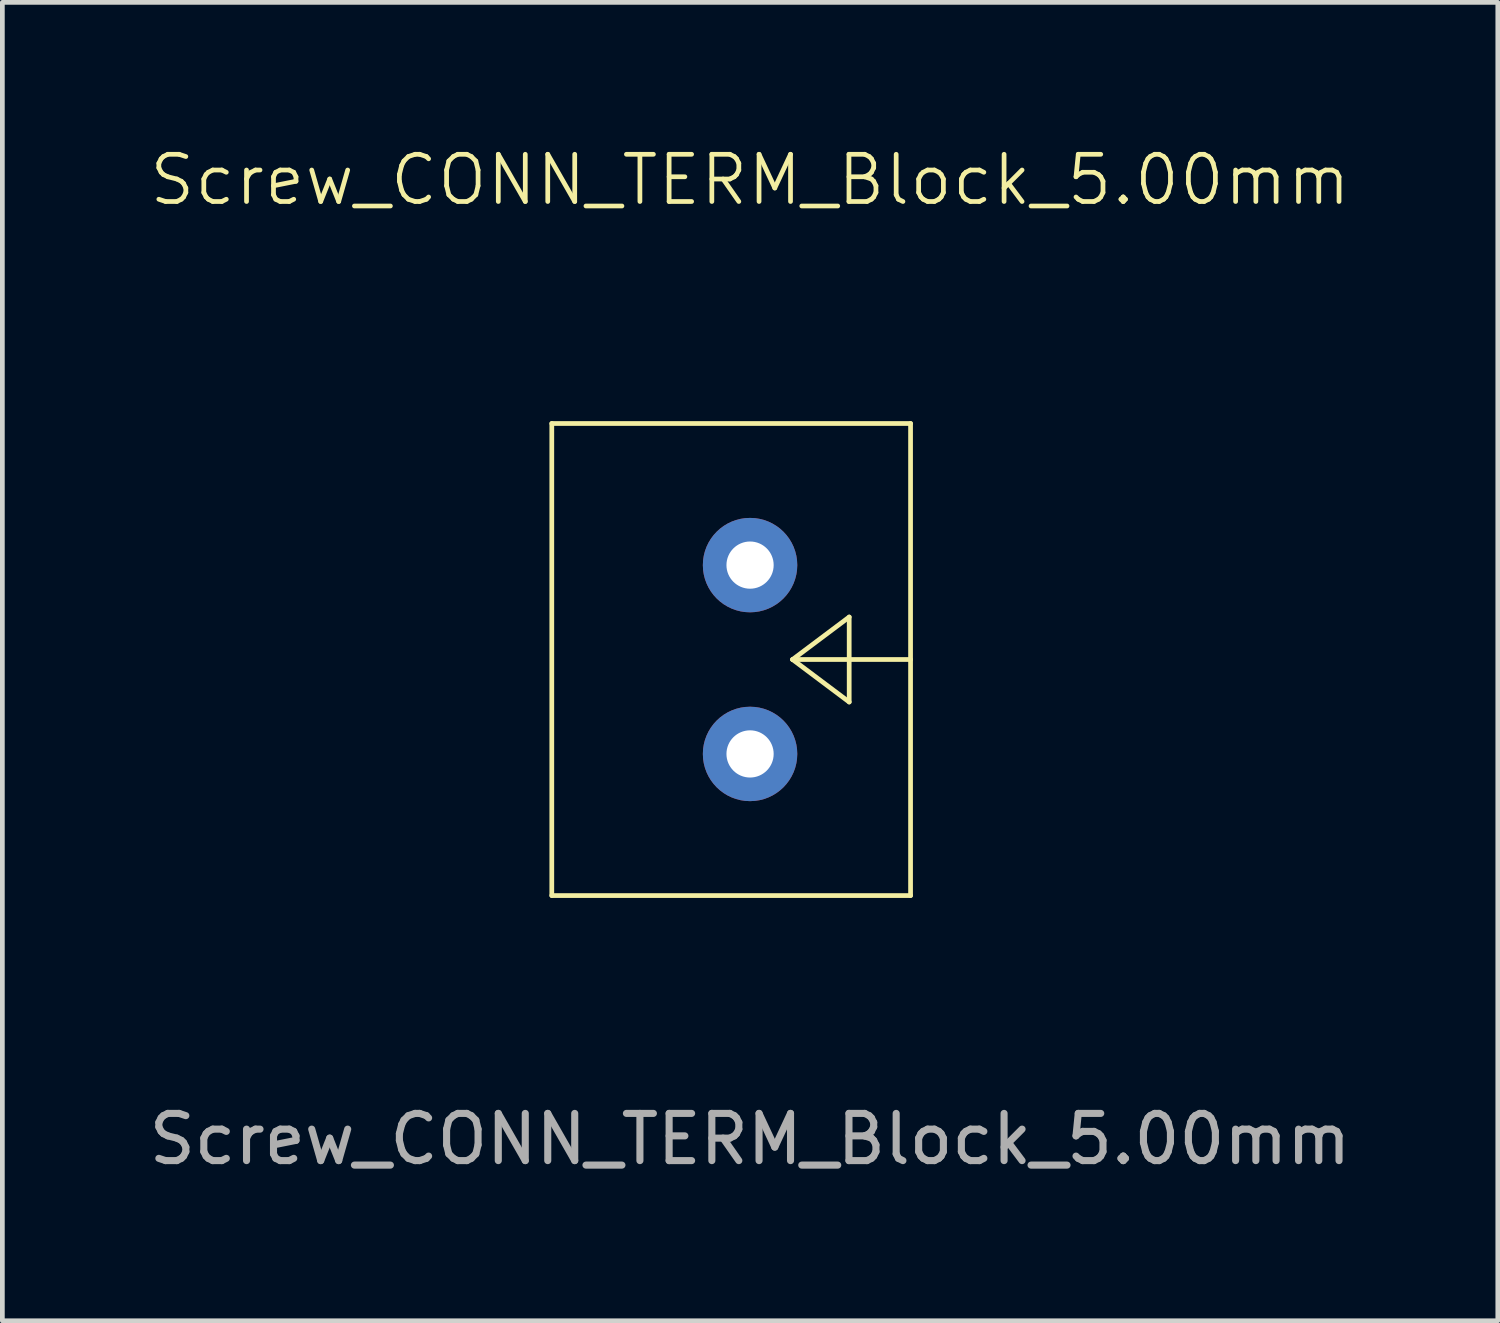
<source format=kicad_pcb>
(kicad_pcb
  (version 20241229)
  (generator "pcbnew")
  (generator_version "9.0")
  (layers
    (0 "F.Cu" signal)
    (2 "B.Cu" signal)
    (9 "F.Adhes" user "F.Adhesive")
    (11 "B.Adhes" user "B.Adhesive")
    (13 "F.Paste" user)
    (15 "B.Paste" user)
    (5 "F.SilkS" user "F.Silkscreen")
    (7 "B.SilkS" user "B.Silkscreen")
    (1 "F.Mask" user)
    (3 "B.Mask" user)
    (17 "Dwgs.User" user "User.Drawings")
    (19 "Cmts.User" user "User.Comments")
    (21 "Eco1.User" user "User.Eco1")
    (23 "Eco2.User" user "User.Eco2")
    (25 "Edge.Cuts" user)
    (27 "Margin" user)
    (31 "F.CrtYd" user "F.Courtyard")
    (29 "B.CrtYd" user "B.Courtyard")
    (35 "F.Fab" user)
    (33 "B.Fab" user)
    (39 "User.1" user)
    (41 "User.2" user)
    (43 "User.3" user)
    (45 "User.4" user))
  (footprint "Screw_CONN_TERM_Block_5.00mm"
    (layer "F.Cu")
    (at 12.839 10.921)
    (property "Reference" "Screw_CONN_TERM_Block_5.00mm" (at 0 -10.16 0) (unlocked yes) (layer "F.SilkS") (effects (font (size 1 1) (thickness 0.1))))
    (attr through_hole)
    (fp_line (start -4.2 -5) (end -4.2 5) (stroke (width 0.1) (type default)) (layer "F.SilkS"))
    (fp_line (start -4.2 -5) (end 3.4 -5) (stroke (width 0.1) (type default)) (layer "F.SilkS"))
    (fp_line (start 0.9 0) (end 2.1 -0.9) (stroke (width 0.1) (type default)) (layer "F.SilkS"))
    (fp_line (start 0.9 0) (end 2.1 0.9) (stroke (width 0.1) (type default)) (layer "F.SilkS"))
    (fp_line (start 2.1 0.9) (end 2.1 -0.9) (stroke (width 0.1) (type default)) (layer "F.SilkS"))
    (fp_line (start 3.4 -5) (end 3.4 5) (stroke (width 0.1) (type default)) (layer "F.SilkS"))
    (fp_line (start 3.4 0) (end 0.9 0) (stroke (width 0.1) (type default)) (layer "F.SilkS"))
    (fp_line (start 3.4 5) (end -4.2 5) (stroke (width 0.1) (type default)) (layer "F.SilkS"))
    (fp_text user "${REFERENCE}" (at 0 10.16 0) (unlocked yes) (layer "F.Fab") (effects (font (size 1 1) (thickness 0.15))))
    (pad "1" thru_hole circle (at 0 -2) (size 2 2) (drill 1) (layers "*.Cu" "*.Mask"))
    (pad "2" thru_hole circle (at 0 2) (size 2 2) (drill 1) (layers "*.Cu" "*.Mask")))
  (gr_rect
    (start -3 -3)
    (end 28.679 24.929)
    (stroke (width 0.1) (type default))
    (fill no)
    (layer "Edge.Cuts")))
</source>
